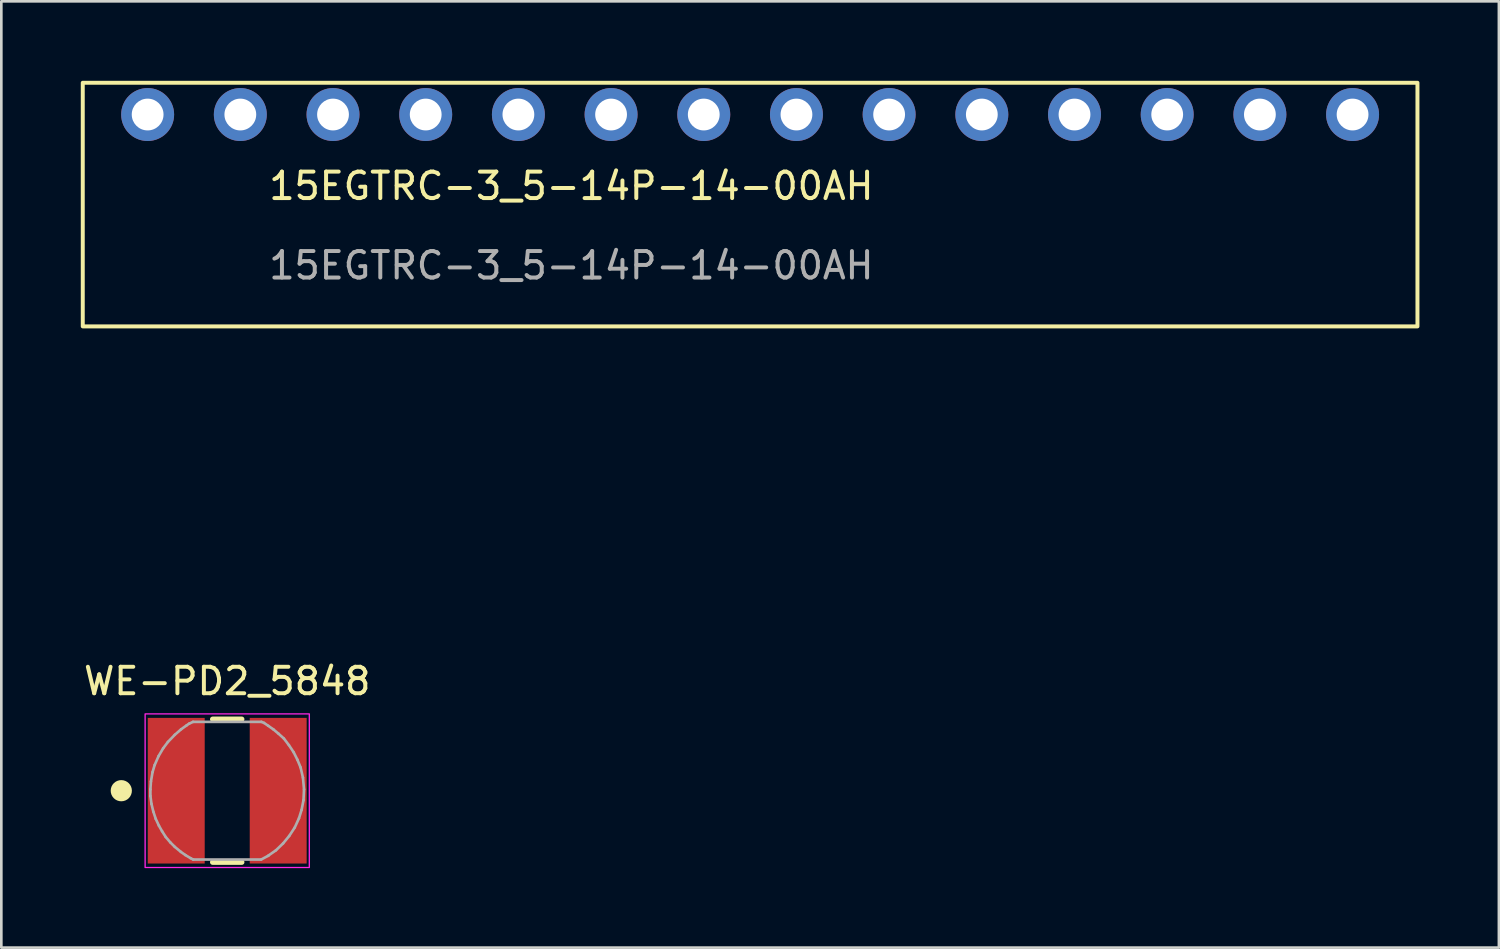
<source format=kicad_pcb>
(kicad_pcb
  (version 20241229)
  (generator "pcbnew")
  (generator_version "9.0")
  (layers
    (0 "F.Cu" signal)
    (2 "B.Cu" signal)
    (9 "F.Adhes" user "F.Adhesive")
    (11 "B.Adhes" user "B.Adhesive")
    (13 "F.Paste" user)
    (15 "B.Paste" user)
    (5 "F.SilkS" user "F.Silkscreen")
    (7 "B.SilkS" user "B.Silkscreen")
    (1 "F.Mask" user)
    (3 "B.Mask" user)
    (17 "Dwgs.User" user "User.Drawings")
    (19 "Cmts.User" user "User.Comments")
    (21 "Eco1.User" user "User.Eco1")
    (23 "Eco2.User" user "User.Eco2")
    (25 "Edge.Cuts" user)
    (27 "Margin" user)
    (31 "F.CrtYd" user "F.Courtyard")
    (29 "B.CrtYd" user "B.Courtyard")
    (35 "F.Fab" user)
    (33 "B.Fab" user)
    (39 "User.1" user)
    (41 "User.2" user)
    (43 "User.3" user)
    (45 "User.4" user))
  (footprint "15EGTRC-3_5-14P-14-00AH"
    (layer "F.Cu")
    (at 2.525 1.275)
    (property "Reference" "15EGTRC-3_5-14P-14-00AH" (at 16 2.7 0) (unlocked yes) (layer "F.SilkS") (effects (font (size 1 1) (thickness 0.15))))
    (attr through_hole)
    (fp_rect (start -2.45 -1.2) (end 47.95 8) (stroke (width 0.15) (type default)) (fill no) (layer "F.SilkS"))
    (fp_rect (start -2.45 8) (end 47.95 17.5) (stroke (width 0.1) (type dash)) (fill no) (layer "User.1"))
    (fp_text user "${REFERENCE}" (at 16 5.7 0) (unlocked yes) (layer "F.Fab") (effects (font (size 1 1) (thickness 0.15))))
    (pad "1" thru_hole circle (at 0 0) (size 2 2) (drill 1.2) (layers "*.Cu" "*.Mask"))
    (pad "2" thru_hole circle (at 3.5 0) (size 2 2) (drill 1.2) (layers "*.Cu" "*.Mask"))
    (pad "3" thru_hole circle (at 7 0) (size 2 2) (drill 1.2) (layers "*.Cu" "*.Mask"))
    (pad "4" thru_hole circle (at 10.5 0) (size 2 2) (drill 1.2) (layers "*.Cu" "*.Mask"))
    (pad "5" thru_hole circle (at 14 0) (size 2 2) (drill 1.2) (layers "*.Cu" "*.Mask"))
    (pad "6" thru_hole circle (at 17.5 0) (size 2 2) (drill 1.2) (layers "*.Cu" "*.Mask"))
    (pad "7" thru_hole circle (at 21 0) (size 2 2) (drill 1.2) (layers "*.Cu" "*.Mask"))
    (pad "8" thru_hole circle (at 24.5 0) (size 2 2) (drill 1.2) (layers "*.Cu" "*.Mask"))
    (pad "9" thru_hole circle (at 28 0) (size 2 2) (drill 1.2) (layers "*.Cu" "*.Mask"))
    (pad "10" thru_hole circle (at 31.5 0) (size 2 2) (drill 1.2) (layers "*.Cu" "*.Mask"))
    (pad "11" thru_hole circle (at 35 0) (size 2 2) (drill 1.2) (layers "*.Cu" "*.Mask"))
    (pad "12" thru_hole circle (at 38.5 0) (size 2 2) (drill 1.2) (layers "*.Cu" "*.Mask"))
    (pad "13" thru_hole circle (at 42 0) (size 2 2) (drill 1.2) (layers "*.Cu" "*.Mask"))
    (pad "14" thru_hole circle (at 45.5 0) (size 2 2) (drill 1.2) (layers "*.Cu" "*.Mask")))
  (footprint "WE-PD2_5848"
    (layer "F.Cu")
    (at 5.53 26.808)
    (property "Reference" "WE-PD2_5848" (at 0 -4.135 0) (layer "F.SilkS") (effects (font (size 1 1) (thickness 0.15))))
    (attr smd)
    (fp_line (start -0.55 -2.7) (end 0.55 -2.7) (stroke (width 0.2) (type solid)) (layer "F.SilkS"))
    (fp_line (start -0.55 2.7) (end 0.55 2.7) (stroke (width 0.2) (type solid)) (layer "F.SilkS"))
    (fp_circle (center -4 0) (end -3.8 0) (stroke (width 0.4) (type solid)) (fill no) (layer "F.SilkS"))
    (fp_rect (start -3.1 -2.9) (end 3.1 2.9) (stroke (width 0.05) (type default)) (fill no) (layer "F.CrtYd"))
    (fp_line (start -2.9 -0.05) (end -2.88 -0.35) (stroke (width 0.1) (type solid)) (layer "F.Fab"))
    (fp_line (start -2.9 0.2) (end -2.9 -0.05) (stroke (width 0.1) (type solid)) (layer "F.Fab"))
    (fp_line (start -2.88 -0.35) (end -2.82 -0.7) (stroke (width 0.1) (type solid)) (layer "F.Fab"))
    (fp_line (start -2.86 0.5) (end -2.9 0.2) (stroke (width 0.1) (type solid)) (layer "F.Fab"))
    (fp_line (start -2.82 -0.7) (end -2.74 -0.97) (stroke (width 0.1) (type solid)) (layer "F.Fab"))
    (fp_line (start -2.79 0.79) (end -2.86 0.5) (stroke (width 0.1) (type solid)) (layer "F.Fab"))
    (fp_line (start -2.74 -0.97) (end -2.59 -1.31) (stroke (width 0.1) (type solid)) (layer "F.Fab"))
    (fp_line (start -2.7 1.06) (end -2.79 0.79) (stroke (width 0.1) (type solid)) (layer "F.Fab"))
    (fp_line (start -2.59 -1.31) (end -2.42 -1.6) (stroke (width 0.1) (type solid)) (layer "F.Fab"))
    (fp_line (start -2.58 1.32) (end -2.7 1.06) (stroke (width 0.1) (type solid)) (layer "F.Fab"))
    (fp_line (start -2.46 1.53) (end -2.58 1.32) (stroke (width 0.1) (type solid)) (layer "F.Fab"))
    (fp_line (start -2.42 -1.6) (end -2.24 -1.84) (stroke (width 0.1) (type solid)) (layer "F.Fab"))
    (fp_line (start -2.32 1.75) (end -2.46 1.53) (stroke (width 0.1) (type solid)) (layer "F.Fab"))
    (fp_line (start -2.24 -1.84) (end -1.98 -2.11) (stroke (width 0.1) (type solid)) (layer "F.Fab"))
    (fp_line (start -2.15 1.95) (end -2.32 1.75) (stroke (width 0.1) (type solid)) (layer "F.Fab"))
    (fp_line (start -1.98 -2.11) (end -1.74 -2.32) (stroke (width 0.1) (type solid)) (layer "F.Fab"))
    (fp_line (start -1.98 2.12) (end -2.15 1.95) (stroke (width 0.1) (type solid)) (layer "F.Fab"))
    (fp_line (start -1.75 2.31) (end -1.98 2.12) (stroke (width 0.1) (type solid)) (layer "F.Fab"))
    (fp_line (start -1.74 -2.32) (end -1.53 -2.47) (stroke (width 0.1) (type solid)) (layer "F.Fab"))
    (fp_line (start -1.58 2.43) (end -1.75 2.31) (stroke (width 0.1) (type solid)) (layer "F.Fab"))
    (fp_line (start -1.53 -2.47) (end -1.44 -2.53) (stroke (width 0.1) (type solid)) (layer "F.Fab"))
    (fp_line (start -1.44 -2.53) (end -1.29 -2.6) (stroke (width 0.1) (type solid)) (layer "F.Fab"))
    (fp_line (start -1.38 2.55) (end -1.58 2.43) (stroke (width 0.1) (type solid)) (layer "F.Fab"))
    (fp_line (start -1.29 -2.6) (end 1.29 -2.6) (stroke (width 0.1) (type solid)) (layer "F.Fab"))
    (fp_line (start -1.28 2.6) (end -1.38 2.55) (stroke (width 0.1) (type solid)) (layer "F.Fab"))
    (fp_line (start 1.28 2.6) (end -1.29 2.6) (stroke (width 0.1) (type solid)) (layer "F.Fab"))
    (fp_line (start 1.29 -2.6) (end 1.39 -2.56) (stroke (width 0.1) (type solid)) (layer "F.Fab"))
    (fp_line (start 1.39 -2.56) (end 1.55 -2.45) (stroke (width 0.1) (type solid)) (layer "F.Fab"))
    (fp_line (start 1.55 -2.45) (end 1.75 -2.31) (stroke (width 0.1) (type solid)) (layer "F.Fab"))
    (fp_line (start 1.56 2.45) (end 1.28 2.6) (stroke (width 0.1) (type solid)) (layer "F.Fab"))
    (fp_line (start 1.75 -2.31) (end 1.94 -2.15) (stroke (width 0.1) (type solid)) (layer "F.Fab"))
    (fp_line (start 1.84 2.25) (end 1.54 2.46) (stroke (width 0.1) (type solid)) (layer "F.Fab"))
    (fp_line (start 1.94 -2.15) (end 2.14 -1.97) (stroke (width 0.1) (type solid)) (layer "F.Fab"))
    (fp_line (start 2.11 1.99) (end 1.84 2.25) (stroke (width 0.1) (type solid)) (layer "F.Fab"))
    (fp_line (start 2.14 -1.97) (end 2.33 -1.72) (stroke (width 0.1) (type solid)) (layer "F.Fab"))
    (fp_line (start 2.33 -1.72) (end 2.51 -1.45) (stroke (width 0.1) (type solid)) (layer "F.Fab"))
    (fp_line (start 2.34 1.71) (end 2.11 1.99) (stroke (width 0.1) (type solid)) (layer "F.Fab"))
    (fp_line (start 2.51 -1.45) (end 2.65 -1.17) (stroke (width 0.1) (type solid)) (layer "F.Fab"))
    (fp_line (start 2.55 1.39) (end 2.34 1.71) (stroke (width 0.1) (type solid)) (layer "F.Fab"))
    (fp_line (start 2.65 -1.17) (end 2.77 -0.88) (stroke (width 0.1) (type solid)) (layer "F.Fab"))
    (fp_line (start 2.71 1.04) (end 2.55 1.39) (stroke (width 0.1) (type solid)) (layer "F.Fab"))
    (fp_line (start 2.77 -0.88) (end 2.86 -0.49) (stroke (width 0.1) (type solid)) (layer "F.Fab"))
    (fp_line (start 2.81 0.72) (end 2.71 1.04) (stroke (width 0.1) (type solid)) (layer "F.Fab"))
    (fp_line (start 2.86 -0.49) (end 2.9 -0.05) (stroke (width 0.1) (type solid)) (layer "F.Fab"))
    (fp_line (start 2.88 0.36) (end 2.81 0.72) (stroke (width 0.1) (type solid)) (layer "F.Fab"))
    (fp_line (start 2.9 -0.05) (end 2.88 0.36) (stroke (width 0.1) (type solid)) (layer "F.Fab"))
    (pad "1" smd rect (at -1.925 0 90) (size 5.5 2.15) (layers "F.Cu" "F.Mask" "F.Paste"))
    (pad "2" smd rect (at 1.925 0 90) (size 5.5 2.15) (layers "F.Cu" "F.Mask" "F.Paste"))
    (zone (net_name "") (layer "F.Cu") (hatch full 0.508) (connect_pads) (min_thickness 0.1) (filled_areas_thickness no) (keepout (tracks not_allowed) (vias not_allowed) (pads not_allowed) (copperpour not_allowed) (footprints allowed)) (placement (enabled no)) (fill) (polygon (pts (xy 4.73 24.058) (xy 6.33 24.058) (xy 6.33 29.558) (xy 4.73 29.558))))
    (zone (net_name "") (layers "F.Cu" "B.Cu") (hatch full 0.508) (connect_pads) (min_thickness 0.1) (filled_areas_thickness no) (keepout (tracks allowed) (vias not_allowed) (pads allowed) (copperpour allowed) (footprints allowed)) (placement (enabled no)) (fill) (polygon (pts (xy 4.73 24.058) (xy 6.33 24.058) (xy 6.33 29.558) (xy 4.73 29.558)))))
  (gr_rect
    (start -3 -3)
    (end 53.55 32.733)
    (stroke (width 0.1) (type default))
    (fill no)
    (layer "Edge.Cuts")))
</source>
